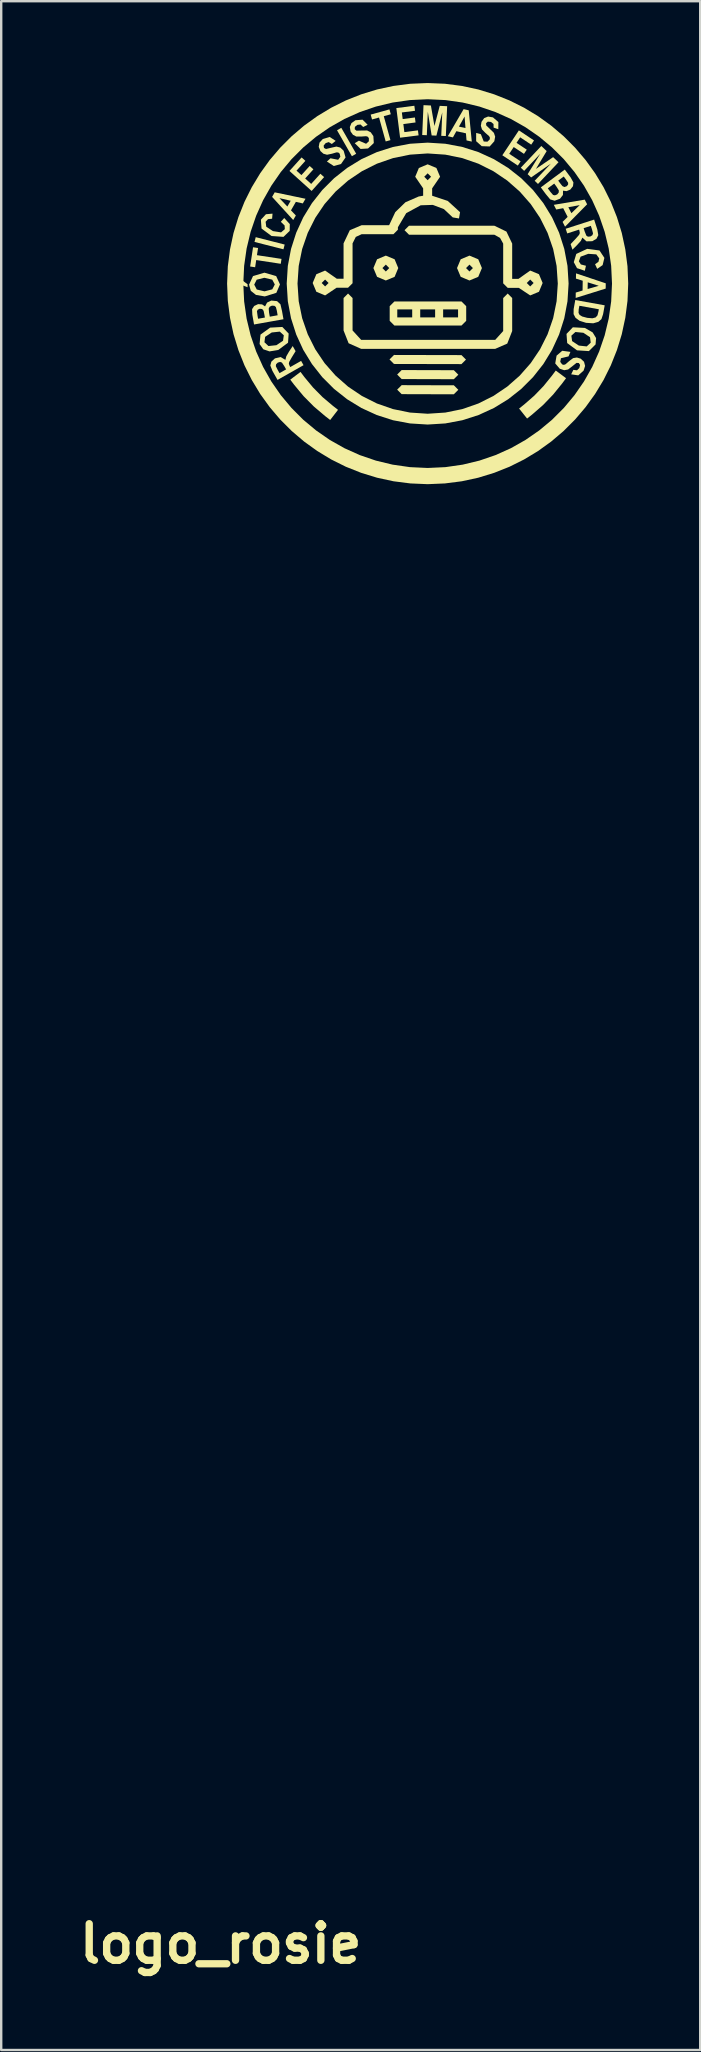
<source format=kicad_pcb>
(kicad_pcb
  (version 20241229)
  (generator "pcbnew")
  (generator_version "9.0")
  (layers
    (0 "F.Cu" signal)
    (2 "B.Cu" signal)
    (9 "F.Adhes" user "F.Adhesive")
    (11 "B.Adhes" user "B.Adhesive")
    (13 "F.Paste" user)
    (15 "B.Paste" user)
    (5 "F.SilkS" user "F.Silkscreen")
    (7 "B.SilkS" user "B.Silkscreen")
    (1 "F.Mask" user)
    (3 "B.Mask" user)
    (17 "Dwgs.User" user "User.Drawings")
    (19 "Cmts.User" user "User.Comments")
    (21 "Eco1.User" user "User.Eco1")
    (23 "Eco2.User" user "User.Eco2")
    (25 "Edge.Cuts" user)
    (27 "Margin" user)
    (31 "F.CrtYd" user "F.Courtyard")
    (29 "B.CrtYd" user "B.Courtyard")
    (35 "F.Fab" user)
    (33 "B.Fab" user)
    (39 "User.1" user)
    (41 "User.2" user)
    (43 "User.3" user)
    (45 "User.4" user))
  (footprint "logo_rosie"
    (layer "F.Cu")
    (at 6.147 0.25)
    (property "Reference" "logo_rosie" (at 0 77.694 0) (layer "F.SilkS") (effects (font (size 1.524 1.524) (thickness 0.305))))
    (attr exclude_from_pos_files exclude_from_bom)
    (fp_poly (pts (xy 1.12 8.669) (xy 0.866 8.575) (xy 0.864 8.355) (xy 1.119 8.545) (xy 1.12 8.669)) (stroke (width 0) (type solid)) (fill yes) (layer "F.SilkS"))
    (fp_poly (pts (xy 2.614 7.089) (xy 1.408 6.781) (xy 1.459 6.582) (xy 2.665 6.89) (xy 2.614 7.089)) (stroke (width 0) (type solid)) (fill yes) (layer "F.SilkS"))
    (fp_poly (pts (xy 5.466 3.209) (xy 4.847 2.128) (xy 5.025 2.026) (xy 5.644 3.106) (xy 5.466 3.209)) (stroke (width 0) (type solid)) (fill yes) (layer "F.SilkS"))
    (fp_poly (pts (xy 7.221 11.491) (xy 7.033 11.678) (xy 7.22 11.866) (xy 10.032 11.872) (xy 10.22 11.685) (xy 10.033 11.497) (xy 7.221 11.491)) (stroke (width 0) (type solid)) (fill yes) (layer "F.SilkS"))
    (fp_poly (pts (xy 7.54 12.12) (xy 7.352 12.307) (xy 7.539 12.495) (xy 9.713 12.501) (xy 9.901 12.314) (xy 9.714 12.126) (xy 7.54 12.12)) (stroke (width 0) (type solid)) (fill yes) (layer "F.SilkS"))
    (fp_poly (pts (xy 7.54 12.749) (xy 7.352 12.936) (xy 7.539 13.124) (xy 9.713 13.13) (xy 9.901 12.943) (xy 9.714 12.755) (xy 7.54 12.749)) (stroke (width 0) (type solid)) (fill yes) (layer "F.SilkS"))
    (fp_poly (pts (xy 2.502 7.692) (xy 1.479 7.536) (xy 1.434 7.836) (xy 1.226 7.805) (xy 1.347 7.003) (xy 1.556 7.034) (xy 1.51 7.333) (xy 2.533 7.488) (xy 2.502 7.692)) (stroke (width 0) (type solid)) (fill yes) (layer "F.SilkS"))
    (fp_poly (pts (xy 6.874 2.594) (xy 6.597 1.597) (xy 6.305 1.678) (xy 6.249 1.475) (xy 7.03 1.258) (xy 7.087 1.461) (xy 6.795 1.542) (xy 7.072 2.539) (xy 6.874 2.594)) (stroke (width 0) (type solid)) (fill yes) (layer "F.SilkS"))
    (fp_poly (pts (xy 3.325 12.197) (xy 2.898 12.52) (xy 3.06 12.733) (xy 3.451 13.205) (xy 3.882 13.64) (xy 4.349 14.036) (xy 4.561 14.2) (xy 4.888 13.777) (xy 4.677 13.613) (xy 4.245 13.248) (xy 3.847 12.846) (xy 3.486 12.411) (xy 3.325 12.197)) (stroke (width 0) (type solid)) (fill yes) (layer "F.SilkS"))
    (fp_poly (pts (xy 3.788 4.657) (xy 2.864 3.823) (xy 3.371 3.261) (xy 3.528 3.402) (xy 3.158 3.812) (xy 3.363 3.996) (xy 3.706 3.616) (xy 3.862 3.756) (xy 3.519 4.137) (xy 3.77 4.364) (xy 4.152 3.94) (xy 4.308 4.08) (xy 3.788 4.657)) (stroke (width 0) (type solid)) (fill yes) (layer "F.SilkS"))
    (fp_poly (pts (xy 7.475 2.438) (xy 7.318 1.203) (xy 8.069 1.107) (xy 8.096 1.316) (xy 7.548 1.386) (xy 7.583 1.66) (xy 8.092 1.595) (xy 8.118 1.803) (xy 7.61 1.868) (xy 7.652 2.204) (xy 8.218 2.132) (xy 8.245 2.34) (xy 7.475 2.438)) (stroke (width 0) (type solid)) (fill yes) (layer "F.SilkS"))
    (fp_poly (pts (xy 11.734 3.17) (xy 12.424 2.133) (xy 13.055 2.553) (xy 12.938 2.728) (xy 12.478 2.422) (xy 12.326 2.652) (xy 12.753 2.936) (xy 12.636 3.111) (xy 12.209 2.827) (xy 12.022 3.109) (xy 12.497 3.425) (xy 12.381 3.6) (xy 11.734 3.17)) (stroke (width 0) (type solid)) (fill yes) (layer "F.SilkS"))
    (fp_poly (pts (xy 13.961 12.14) (xy 13.801 12.355) (xy 13.45 12.789) (xy 13.063 13.19) (xy 12.642 13.557) (xy 12.433 13.723) (xy 12.766 14.141) (xy 12.975 13.975) (xy 13.431 13.578) (xy 13.85 13.143) (xy 14.231 12.674) (xy 14.39 12.459) (xy 13.961 12.14)) (stroke (width 0) (type solid)) (fill yes) (layer "F.SilkS"))
    (fp_poly (pts (xy 8.396 2.326) (xy 8.45 1.082) (xy 8.758 1.096) (xy 8.906 1.952) (xy 9.126 1.111) (xy 9.435 1.125) (xy 9.381 2.368) (xy 9.19 2.36) (xy 9.232 1.381) (xy 8.988 2.351) (xy 8.789 2.343) (xy 8.63 1.355) (xy 8.588 2.334) (xy 8.396 2.326)) (stroke (width 0) (type solid)) (fill yes) (layer "F.SilkS"))
    (fp_poly (pts (xy 12.504 3.688) (xy 13.359 2.783) (xy 13.583 2.995) (xy 13.134 3.739) (xy 13.851 3.248) (xy 14.076 3.46) (xy 13.221 4.365) (xy 13.082 4.234) (xy 13.755 3.521) (xy 12.934 4.094) (xy 12.79 3.958) (xy 13.316 3.107) (xy 12.644 3.82) (xy 12.504 3.688)) (stroke (width 0) (type solid)) (fill yes) (layer "F.SilkS"))
    (fp_poly (pts (xy 3.533 4.982) (xy 3.421 5.176) (xy 3.131 5.112) (xy 2.928 5.465) (xy 3.131 5.679) (xy 3.021 5.869) (xy 2.777 5.601) (xy 2.777 5.306) (xy 2.916 5.065) (xy 2.446 4.956) (xy 2.777 5.306) (xy 2.777 5.601) (xy 2.141 4.904) (xy 2.25 4.714) (xy 3.533 4.982)) (stroke (width 0) (type solid)) (fill yes) (layer "F.SilkS"))
    (fp_poly (pts (xy 6.88 7.351) (xy 6.515 7.504) (xy 6.362 7.87) (xy 6.515 8.235) (xy 6.88 8.388) (xy 6.88 8.013) (xy 6.737 7.87) (xy 6.88 7.726) (xy 7.023 7.87) (xy 6.88 8.013) (xy 6.88 8.388) (xy 7.246 8.235) (xy 7.398 7.87) (xy 7.246 7.504) (xy 6.88 7.351)) (stroke (width 0) (type solid)) (fill yes) (layer "F.SilkS"))
    (fp_poly (pts (xy 10.365 7.351) (xy 10 7.504) (xy 9.847 7.87) (xy 10 8.235) (xy 10.365 8.388) (xy 10.365 8.013) (xy 10.222 7.87) (xy 10.365 7.726) (xy 10.509 7.87) (xy 10.365 8.013) (xy 10.365 8.388) (xy 10.731 8.235) (xy 10.884 7.87) (xy 10.731 7.504) (xy 10.365 7.351)) (stroke (width 0) (type solid)) (fill yes) (layer "F.SilkS"))
    (fp_poly (pts (xy 10.462 2.6) (xy 10.243 2.551) (xy 10.218 2.256) (xy 10.199 2.251) (xy 10.199 2.036) (xy 10.162 1.555) (xy 9.927 1.976) (xy 10.199 2.036) (xy 10.199 2.251) (xy 9.82 2.167) (xy 9.676 2.425) (xy 9.463 2.377) (xy 10.121 1.248) (xy 10.334 1.296) (xy 10.462 2.6)) (stroke (width 0) (type solid)) (fill yes) (layer "F.SilkS"))
    (fp_poly (pts (xy 14.348 6.146) (xy 14.245 5.946) (xy 14.456 5.738) (xy 14.27 5.375) (xy 13.98 5.43) (xy 13.88 5.235) (xy 15.168 5.019) (xy 15.268 5.213) (xy 14.612 5.878) (xy 14.612 5.583) (xy 14.959 5.247) (xy 14.485 5.335) (xy 14.612 5.583) (xy 14.612 5.878) (xy 14.348 6.146)) (stroke (width 0) (type solid)) (fill yes) (layer "F.SilkS"))
    (fp_poly (pts (xy 14.791 9.115) (xy 14.794 8.891) (xy 15.078 8.806) (xy 15.084 8.398) (xy 14.802 8.31) (xy 14.805 8.091) (xy 16.044 8.506) (xy 16.041 8.725) (xy 15.289 8.96) (xy 15.289 8.743) (xy 15.753 8.609) (xy 15.293 8.464) (xy 15.289 8.743) (xy 15.289 8.96) (xy 14.791 9.115)) (stroke (width 0) (type solid)) (fill yes) (layer "F.SilkS"))
    (fp_poly (pts (xy 5.306 8.931) (xy 5.119 9.119) (xy 5.119 10.469) (xy 5.329 11.003) (xy 5.851 11.236) (xy 11.439 11.236) (xy 11.94 11.017) (xy 12.145 10.494) (xy 12.145 9.119) (xy 11.958 8.931) (xy 11.77 9.119) (xy 11.77 10.494) (xy 11.439 10.861) (xy 5.851 10.861) (xy 5.494 10.469) (xy 5.494 9.119) (xy 5.306 8.931)) (stroke (width 0) (type solid)) (fill yes) (layer "F.SilkS"))
    (fp_poly (pts (xy 2.505 5.943) (xy 2.647 5.784) (xy 2.878 6.038) (xy 2.874 6.322) (xy 2.615 6.57) (xy 2.117 6.534) (xy 1.701 6.223) (xy 1.674 5.854) (xy 1.885 5.627) (xy 2.159 5.602) (xy 2.142 5.814) (xy 1.97 5.832) (xy 1.871 5.941) (xy 1.898 6.148) (xy 2.177 6.33) (xy 2.514 6.383) (xy 2.671 6.249) (xy 2.662 6.095) (xy 2.505 5.943)) (stroke (width 0) (type solid)) (fill yes) (layer "F.SilkS"))
    (fp_poly (pts (xy 15.219 7.774) (xy 15.172 7.983) (xy 14.847 7.874) (xy 14.712 7.624) (xy 14.816 7.281) (xy 15.269 7.069) (xy 15.783 7.137) (xy 15.987 7.446) (xy 15.914 7.747) (xy 15.688 7.903) (xy 15.599 7.71) (xy 15.74 7.61) (xy 15.773 7.467) (xy 15.649 7.299) (xy 15.316 7.277) (xy 14.996 7.395) (xy 14.924 7.589) (xy 15.007 7.719) (xy 15.219 7.774)) (stroke (width 0) (type solid)) (fill yes) (layer "F.SilkS"))
    (fp_poly (pts (xy 1.836 9.052) (xy 1.826 9.05) (xy 1.826 8.84) (xy 2.148 8.756) (xy 2.254 8.553) (xy 2.147 8.353) (xy 1.818 8.275) (xy 1.499 8.355) (xy 1.396 8.559) (xy 1.502 8.763) (xy 1.826 8.84) (xy 1.826 9.05) (xy 1.469 8.989) (xy 1.254 8.818) (xy 1.181 8.561) (xy 1.346 8.203) (xy 1.822 8.062) (xy 2.311 8.205) (xy 2.469 8.552) (xy 2.317 8.903) (xy 1.836 9.052)) (stroke (width 0) (type solid)) (fill yes) (layer "F.SilkS"))
    (fp_poly (pts (xy 2.401 11.281) (xy 2.034 11.343) (xy 1.99 11.328) (xy 1.99 11.119) (xy 2.321 11.084) (xy 2.597 10.898) (xy 2.629 10.671) (xy 2.461 10.518) (xy 2.126 10.554) (xy 1.851 10.736) (xy 1.822 10.962) (xy 1.99 11.119) (xy 1.99 11.328) (xy 1.774 11.254) (xy 1.62 11.036) (xy 1.657 10.643) (xy 2.058 10.352) (xy 2.567 10.324) (xy 2.831 10.599) (xy 2.805 10.98) (xy 2.401 11.281)) (stroke (width 0) (type solid)) (fill yes) (layer "F.SilkS"))
    (fp_poly (pts (xy 15.176 10.365) (xy 15.498 10.551) (xy 15.641 10.786) (xy 15.62 11.052) (xy 15.341 11.33) (xy 15.251 11.324) (xy 15.251 11.135) (xy 15.418 10.979) (xy 15.389 10.751) (xy 15.112 10.567) (xy 14.78 10.534) (xy 14.611 10.688) (xy 14.642 10.913) (xy 14.924 11.1) (xy 15.251 11.135) (xy 15.251 11.324) (xy 14.846 11.298) (xy 14.437 10.995) (xy 14.409 10.614) (xy 14.673 10.338) (xy 15.176 10.365)) (stroke (width 0) (type solid)) (fill yes) (layer "F.SilkS"))
    (fp_poly (pts (xy 7.846 6.105) (xy 7.659 6.292) (xy 7.846 6.48) (xy 11.4 6.48) (xy 11.639 6.613) (xy 11.77 6.85) (xy 11.77 8.507) (xy 11.958 8.694) (xy 12.419 8.694) (xy 12.896 9.01) (xy 12.896 8.635) (xy 12.753 8.492) (xy 12.896 8.349) (xy 13.039 8.492) (xy 12.896 8.635) (xy 12.896 9.01) (xy 13.261 8.858) (xy 13.414 8.492) (xy 13.261 8.126) (xy 12.896 7.974) (xy 12.408 8.319) (xy 12.145 8.319) (xy 12.145 6.85) (xy 11.905 6.349) (xy 11.4 6.105) (xy 7.846 6.105)) (stroke (width 0) (type solid)) (fill yes) (layer "F.SilkS"))
    (fp_poly (pts (xy 16 9.422) (xy 15.933 9.792) (xy 15.864 9.998) (xy 15.735 10.111) (xy 15.525 10.171) (xy 15.488 10.169) (xy 15.488 9.963) (xy 15.623 9.927) (xy 15.699 9.842) (xy 15.74 9.679) (xy 15.756 9.587) (xy 14.945 9.441) (xy 14.917 9.593) (xy 14.91 9.738) (xy 14.953 9.82) (xy 15.062 9.888) (xy 15.27 9.944) (xy 15.488 9.963) (xy 15.488 10.169) (xy 15.223 10.152) (xy 14.953 10.067) (xy 14.784 9.942) (xy 14.704 9.79) (xy 14.706 9.583) (xy 14.774 9.202) (xy 16 9.422)) (stroke (width 0) (type solid)) (fill yes) (layer "F.SilkS"))
    (fp_poly (pts (xy 7.236 9.263) (xy 7.041 9.458) (xy 7.041 10.069) (xy 7.236 10.264) (xy 7.979 10.264) (xy 7.979 9.925) (xy 7.357 9.925) (xy 7.357 9.591) (xy 7.979 9.591) (xy 7.979 9.925) (xy 7.979 10.264) (xy 8.934 10.264) (xy 8.934 9.925) (xy 8.313 9.925) (xy 8.313 9.591) (xy 8.934 9.591) (xy 8.934 9.925) (xy 8.934 10.264) (xy 9.89 10.264) (xy 9.89 9.925) (xy 9.268 9.925) (xy 9.268 9.591) (xy 9.89 9.591) (xy 9.89 9.925) (xy 9.89 10.264) (xy 10.034 10.264) (xy 10.229 10.069) (xy 10.229 9.458) (xy 10.034 9.263) (xy 7.236 9.263)) (stroke (width 0) (type solid)) (fill yes) (layer "F.SilkS"))
    (fp_poly (pts (xy 3.451 11.917) (xy 2.45 12.484) (xy 2.45 12.248) (xy 2.725 12.092) (xy 2.65 11.959) (xy 2.552 11.81) (xy 2.477 11.781) (xy 2.379 11.809) (xy 2.308 11.877) (xy 2.296 11.958) (xy 2.371 12.108) (xy 2.45 12.248) (xy 2.45 12.484) (xy 2.368 12.531) (xy 2.154 12.153) (xy 2.067 11.93) (xy 2.11 11.77) (xy 2.26 11.633) (xy 2.499 11.578) (xy 2.695 11.696) (xy 2.732 11.549) (xy 2.849 11.347) (xy 3 11.119) (xy 3.12 11.333) (xy 2.958 11.596) (xy 2.853 11.782) (xy 2.839 11.86) (xy 2.877 11.958) (xy 2.898 11.995) (xy 3.35 11.738) (xy 3.451 11.917)) (stroke (width 0) (type solid)) (fill yes) (layer "F.SilkS"))
    (fp_poly (pts (xy 4.425 3.432) (xy 4.574 3.295) (xy 4.894 3.358) (xy 4.985 3.232) (xy 4.957 3.103) (xy 4.9 3.055) (xy 4.825 3.049) (xy 4.637 3.105) (xy 4.43 3.148) (xy 4.28 3.106) (xy 4.155 2.994) (xy 4.084 2.819) (xy 4.116 2.644) (xy 4.255 2.492) (xy 4.54 2.407) (xy 4.79 2.57) (xy 4.63 2.7) (xy 4.5 2.621) (xy 4.373 2.664) (xy 4.289 2.767) (xy 4.303 2.864) (xy 4.387 2.909) (xy 4.584 2.861) (xy 4.821 2.807) (xy 4.982 2.849) (xy 5.123 2.982) (xy 5.202 3.261) (xy 5.014 3.533) (xy 4.714 3.618) (xy 4.425 3.432) (xy 4.425 3.432)) (stroke (width 0) (type solid)) (fill yes) (layer "F.SilkS"))
    (fp_poly (pts (xy 5.584 2.665) (xy 5.759 2.562) (xy 6.058 2.691) (xy 6.173 2.587) (xy 6.173 2.455) (xy 6.127 2.396) (xy 6.056 2.375) (xy 5.86 2.39) (xy 5.649 2.389) (xy 5.51 2.316) (xy 5.412 2.18) (xy 5.38 1.994) (xy 5.447 1.83) (xy 5.615 1.71) (xy 5.911 1.687) (xy 6.122 1.899) (xy 5.937 1.992) (xy 5.827 1.888) (xy 5.694 1.903) (xy 5.591 1.986) (xy 5.584 2.084) (xy 5.656 2.146) (xy 5.859 2.14) (xy 6.102 2.137) (xy 6.251 2.212) (xy 6.361 2.371) (xy 6.379 2.661) (xy 6.138 2.887) (xy 5.828 2.907) (xy 5.584 2.665) (xy 5.584 2.665)) (stroke (width 0) (type solid)) (fill yes) (layer "F.SilkS"))
    (fp_poly (pts (xy 10.644 2.24) (xy 10.84 2.292) (xy 10.96 2.596) (xy 11.114 2.604) (xy 11.208 2.511) (xy 11.217 2.437) (xy 11.182 2.371) (xy 11.034 2.243) (xy 10.886 2.092) (xy 10.84 1.942) (xy 10.867 1.777) (xy 10.977 1.623) (xy 11.142 1.556) (xy 11.344 1.591) (xy 11.57 1.785) (xy 11.567 2.084) (xy 11.371 2.018) (xy 11.368 1.867) (xy 11.263 1.782) (xy 11.131 1.768) (xy 11.057 1.832) (xy 11.064 1.926) (xy 11.21 2.066) (xy 11.384 2.237) (xy 11.436 2.395) (xy 11.4 2.586) (xy 11.207 2.803) (xy 10.876 2.791) (xy 10.644 2.584) (xy 10.644 2.24) (xy 10.644 2.24)) (stroke (width 0) (type solid)) (fill yes) (layer "F.SilkS"))
    (fp_poly (pts (xy 14.375 6.232) (xy 15.56 5.85) (xy 15.693 6.263) (xy 15.733 6.499) (xy 15.659 6.647) (xy 15.484 6.751) (xy 15.301 6.755) (xy 15.301 6.562) (xy 15.403 6.554) (xy 15.486 6.502) (xy 15.514 6.425) (xy 15.472 6.263) (xy 15.422 6.11) (xy 15.122 6.207) (xy 15.169 6.352) (xy 15.235 6.518) (xy 15.301 6.562) (xy 15.301 6.755) (xy 15.239 6.756) (xy 15.071 6.601) (xy 15.006 6.738) (xy 14.849 6.912) (xy 14.656 7.104) (xy 14.581 6.871) (xy 14.793 6.646) (xy 14.934 6.485) (xy 14.964 6.411) (xy 14.946 6.308) (xy 14.933 6.268) (xy 14.438 6.427) (xy 14.375 6.232)) (stroke (width 0) (type solid)) (fill yes) (layer "F.SilkS"))
    (fp_poly (pts (xy 14.572 11.363) (xy 14.494 11.55) (xy 14.177 11.627) (xy 14.148 11.779) (xy 14.228 11.885) (xy 14.3 11.904) (xy 14.37 11.878) (xy 14.517 11.748) (xy 14.686 11.622) (xy 14.841 11.597) (xy 15.001 11.646) (xy 15.139 11.775) (xy 15.184 11.948) (xy 15.121 12.143) (xy 14.899 12.341) (xy 14.603 12.298) (xy 14.694 12.112) (xy 14.845 12.13) (xy 14.942 12.037) (xy 14.975 11.908) (xy 14.921 11.827) (xy 14.826 11.821) (xy 14.668 11.947) (xy 14.476 12.096) (xy 14.312 12.126) (xy 14.128 12.065) (xy 13.939 11.844) (xy 13.995 11.519) (xy 14.231 11.316) (xy 14.572 11.363) (xy 14.572 11.363)) (stroke (width 0) (type solid)) (fill yes) (layer "F.SilkS"))
    (fp_poly (pts (xy 1.389 10.221) (xy 1.318 9.819) (xy 1.307 9.582) (xy 1.393 9.45) (xy 1.557 9.373) (xy 1.724 9.384) (xy 1.848 9.467) (xy 1.932 9.308) (xy 2.11 9.224) (xy 2.348 9.248) (xy 2.489 9.38) (xy 2.554 9.661) (xy 2.615 10.003) (xy 2.045 10.104) (xy 2.045 9.896) (xy 2.372 9.837) (xy 2.339 9.649) (xy 2.298 9.493) (xy 2.237 9.443) (xy 2.135 9.436) (xy 2.041 9.48) (xy 2 9.557) (xy 2.015 9.732) (xy 2.045 9.896) (xy 2.045 10.104) (xy 1.557 10.191) (xy 1.557 9.982) (xy 1.841 9.932) (xy 1.817 9.798) (xy 1.786 9.65) (xy 1.728 9.577) (xy 1.626 9.565) (xy 1.543 9.604) (xy 1.51 9.67) (xy 1.536 9.865) (xy 1.557 9.982) (xy 1.557 10.191) (xy 1.389 10.221)) (stroke (width 0) (type solid)) (fill yes) (layer "F.SilkS"))
    (fp_poly (pts (xy 14.338 3.766) (xy 14.582 4.094) (xy 14.697 4.302) (xy 14.679 4.458) (xy 14.566 4.6) (xy 14.411 4.665) (xy 14.322 4.653) (xy 14.322 4.494) (xy 14.419 4.459) (xy 14.476 4.387) (xy 14.476 4.314) (xy 14.365 4.15) (xy 14.294 4.055) (xy 14.063 4.226) (xy 14.144 4.336) (xy 14.237 4.454) (xy 14.322 4.494) (xy 14.322 4.653) (xy 14.264 4.645) (xy 14.26 4.825) (xy 14.138 4.98) (xy 13.926 5.06) (xy 13.926 4.84) (xy 14.02 4.802) (xy 14.085 4.721) (xy 14.088 4.633) (xy 13.996 4.484) (xy 13.897 4.35) (xy 13.629 4.548) (xy 13.743 4.702) (xy 13.849 4.824) (xy 13.926 4.84) (xy 13.926 5.06) (xy 13.914 5.064) (xy 13.729 5.009) (xy 13.545 4.787) (xy 13.338 4.508) (xy 14.338 3.766)) (stroke (width 0) (type solid)) (fill yes) (layer "F.SilkS"))
    (fp_poly (pts (xy 8.623 3.547) (xy 8.257 3.7) (xy 8.105 4.065) (xy 8.435 4.548) (xy 8.435 4.856) (xy 8.249 4.888) (xy 7.697 5.128) (xy 7.273 5.54) (xy 7.019 6.081) (xy 7.008 6.081) (xy 7.008 6.085) (xy 5.87 6.085) (xy 5.379 6.293) (xy 5.119 6.841) (xy 5.119 8.314) (xy 4.837 8.314) (xy 4.35 7.974) (xy 3.985 8.126) (xy 3.832 8.492) (xy 3.985 8.858) (xy 4.35 9.01) (xy 4.35 8.635) (xy 4.207 8.492) (xy 4.35 8.349) (xy 4.494 8.492) (xy 4.35 8.635) (xy 4.35 9.01) (xy 4.829 8.689) (xy 5.306 8.689) (xy 5.494 8.502) (xy 5.494 6.841) (xy 5.629 6.572) (xy 5.87 6.46) (xy 7.196 6.46) (xy 7.383 6.272) (xy 7.383 6.17) (xy 7.73 5.582) (xy 8.334 5.254) (xy 8.623 5.245) (xy 8.623 4.209) (xy 8.48 4.065) (xy 8.623 3.922) (xy 8.766 4.065) (xy 8.623 4.209) (xy 8.623 5.245) (xy 8.838 5.238) (xy 9.301 5.414) (xy 9.668 5.759) (xy 9.929 5.803) (xy 9.973 5.541) (xy 9.46 5.072) (xy 8.81 4.856) (xy 8.81 4.548) (xy 9.141 4.065) (xy 8.988 3.7) (xy 8.623 3.547)) (stroke (width 0) (type solid)) (fill yes) (layer "F.SilkS"))
    (fp_poly (pts (xy 8.623 2.644) (xy 7.887 2.69) (xy 7.178 2.824) (xy 6.502 3.04) (xy 5.863 3.333) (xy 5.269 3.697) (xy 4.724 4.127) (xy 4.233 4.618) (xy 3.803 5.163) (xy 3.439 5.757) (xy 3.146 6.396) (xy 2.93 7.072) (xy 2.796 7.781) (xy 2.75 8.517) (xy 2.796 9.253) (xy 2.93 9.962) (xy 3.146 10.639) (xy 3.439 11.277) (xy 3.803 11.871) (xy 4.233 12.416) (xy 4.724 12.907) (xy 5.269 13.337) (xy 5.863 13.701) (xy 6.502 13.994) (xy 7.178 14.211) (xy 7.887 14.344) (xy 8.623 14.39) (xy 8.623 13.94) (xy 7.887 13.891) (xy 7.181 13.747) (xy 6.511 13.514) (xy 5.885 13.2) (xy 5.308 12.811) (xy 4.788 12.353) (xy 4.329 11.832) (xy 3.94 11.255) (xy 3.626 10.629) (xy 3.394 9.96) (xy 3.25 9.254) (xy 3.2 8.517) (xy 3.25 7.781) (xy 3.394 7.075) (xy 3.626 6.405) (xy 3.94 5.779) (xy 4.329 5.202) (xy 4.788 4.681) (xy 5.308 4.223) (xy 5.885 3.834) (xy 6.511 3.52) (xy 7.181 3.288) (xy 7.887 3.144) (xy 8.623 3.094) (xy 9.36 3.144) (xy 10.066 3.288) (xy 10.735 3.52) (xy 11.361 3.834) (xy 11.938 4.223) (xy 12.459 4.681) (xy 12.917 5.202) (xy 13.306 5.779) (xy 13.62 6.405) (xy 13.852 7.075) (xy 13.996 7.781) (xy 14.046 8.517) (xy 13.996 9.254) (xy 13.852 9.96) (xy 13.62 10.629) (xy 13.306 11.255) (xy 12.917 11.832) (xy 12.459 12.353) (xy 11.938 12.811) (xy 11.361 13.2) (xy 10.735 13.514) (xy 10.066 13.747) (xy 9.36 13.891) (xy 8.623 13.94) (xy 8.623 14.39) (xy 9.359 14.344) (xy 10.068 14.211) (xy 10.745 13.994) (xy 11.383 13.701) (xy 11.977 13.337) (xy 12.522 12.907) (xy 13.013 12.416) (xy 13.443 11.871) (xy 13.807 11.277) (xy 14.1 10.639) (xy 14.316 9.962) (xy 14.45 9.253) (xy 14.496 8.517) (xy 14.45 7.781) (xy 14.316 7.072) (xy 14.1 6.396) (xy 13.807 5.757) (xy 13.443 5.163) (xy 13.013 4.618) (xy 12.522 4.127) (xy 11.977 3.697) (xy 11.383 3.333) (xy 10.745 3.04) (xy 10.068 2.824) (xy 9.359 2.69) (xy 8.623 2.644)) (stroke (width 0) (type solid)) (fill yes) (layer "F.SilkS"))
    (fp_poly (pts (xy 8.623 0.16) (xy 7.903 0.19) (xy 7.199 0.281) (xy 6.515 0.428) (xy 5.853 0.631) (xy 5.215 0.885) (xy 4.604 1.189) (xy 4.023 1.541) (xy 3.473 1.937) (xy 2.959 2.375) (xy 2.481 2.853) (xy 2.043 3.367) (xy 1.647 3.917) (xy 1.296 4.498) (xy 0.991 5.109) (xy 0.737 5.746) (xy 0.534 6.409) (xy 0.387 7.093) (xy 0.296 7.797) (xy 0.266 8.517) (xy 0.296 9.238) (xy 0.387 9.941) (xy 0.534 10.626) (xy 0.737 11.288) (xy 0.991 11.926) (xy 1.296 12.536) (xy 1.647 13.118) (xy 2.043 13.667) (xy 2.481 14.182) (xy 2.959 14.659) (xy 3.473 15.097) (xy 4.023 15.493) (xy 4.604 15.845) (xy 5.215 16.149) (xy 5.853 16.403) (xy 6.515 16.606) (xy 7.199 16.754) (xy 7.903 16.844) (xy 8.623 16.875) (xy 8.623 16.2) (xy 7.883 16.165) (xy 7.162 16.061) (xy 6.465 15.893) (xy 5.794 15.663) (xy 5.153 15.375) (xy 4.545 15.031) (xy 3.973 14.635) (xy 3.44 14.191) (xy 2.95 13.7) (xy 2.505 13.167) (xy 2.109 12.595) (xy 1.765 11.987) (xy 1.477 11.346) (xy 1.247 10.675) (xy 1.079 9.978) (xy 0.976 9.258) (xy 0.941 8.517) (xy 0.976 7.777) (xy 1.079 7.056) (xy 1.247 6.359) (xy 1.477 5.688) (xy 1.765 5.047) (xy 2.109 4.439) (xy 2.505 3.867) (xy 2.95 3.334) (xy 3.44 2.844) (xy 3.973 2.399) (xy 4.545 2.003) (xy 5.153 1.659) (xy 5.794 1.371) (xy 6.465 1.141) (xy 7.162 0.973) (xy 7.883 0.87) (xy 8.623 0.835) (xy 9.364 0.87) (xy 10.084 0.973) (xy 10.781 1.141) (xy 11.452 1.371) (xy 12.093 1.659) (xy 12.701 2.003) (xy 13.273 2.399) (xy 13.806 2.844) (xy 14.297 3.334) (xy 14.741 3.867) (xy 15.137 4.439) (xy 15.481 5.047) (xy 15.769 5.688) (xy 15.999 6.359) (xy 16.167 7.056) (xy 16.27 7.777) (xy 16.305 8.517) (xy 16.27 9.258) (xy 16.167 9.978) (xy 15.999 10.675) (xy 15.769 11.346) (xy 15.481 11.987) (xy 15.137 12.595) (xy 14.741 13.167) (xy 14.297 13.7) (xy 13.806 14.191) (xy 13.273 14.635) (xy 12.701 15.031) (xy 12.093 15.375) (xy 11.452 15.663) (xy 10.781 15.893) (xy 10.084 16.061) (xy 9.364 16.165) (xy 8.623 16.2) (xy 8.623 16.875) (xy 9.344 16.844) (xy 10.047 16.754) (xy 10.732 16.606) (xy 11.394 16.403) (xy 12.032 16.149) (xy 12.642 15.845) (xy 13.224 15.493) (xy 13.773 15.097) (xy 14.288 14.659) (xy 14.765 14.182) (xy 15.203 13.667) (xy 15.599 13.118) (xy 15.951 12.536) (xy 16.255 11.926) (xy 16.509 11.288) (xy 16.712 10.626) (xy 16.859 9.941) (xy 16.95 9.238) (xy 16.98 8.517) (xy 16.95 7.797) (xy 16.859 7.093) (xy 16.712 6.409) (xy 16.509 5.746) (xy 16.255 5.109) (xy 15.951 4.498) (xy 15.599 3.917) (xy 15.203 3.367) (xy 14.765 2.853) (xy 14.288 2.375) (xy 13.773 1.937) (xy 13.224 1.541) (xy 12.642 1.189) (xy 12.032 0.885) (xy 11.394 0.631) (xy 10.732 0.428) (xy 10.047 0.281) (xy 9.344 0.19) (xy 8.623 0.16)) (stroke (width 0) (type solid)) (fill yes) (layer "F.SilkS")))
  (gr_rect
    (start -3 -3)
    (end 26.127 82.371)
    (stroke (width 0.1) (type default))
    (fill no)
    (layer "Edge.Cuts")))
</source>
